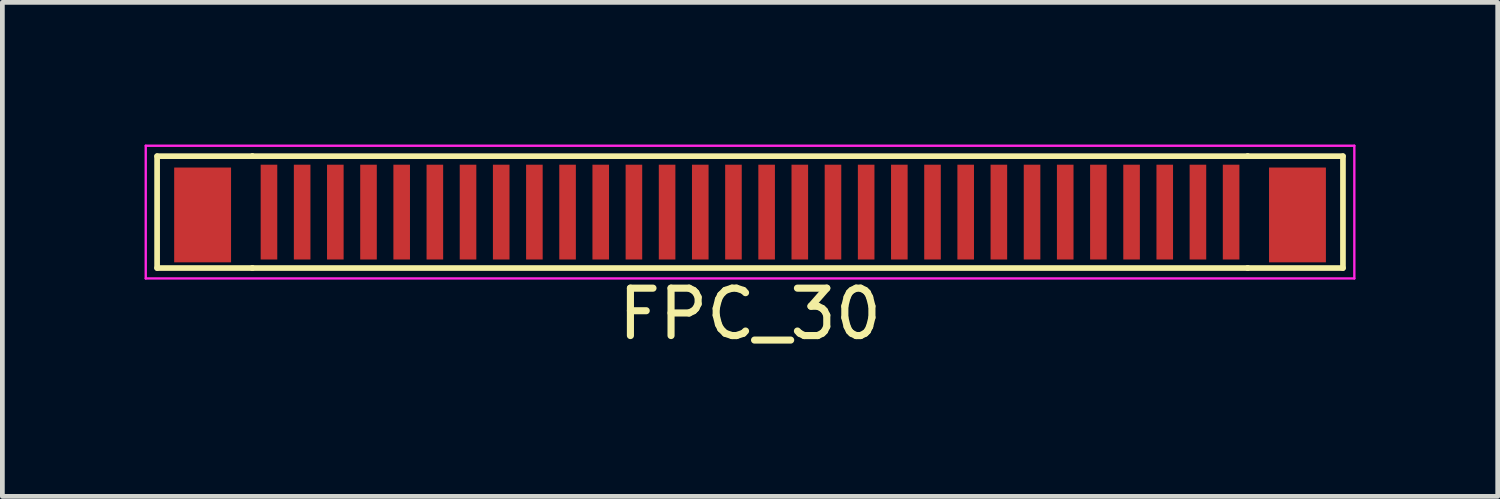
<source format=kicad_pcb>
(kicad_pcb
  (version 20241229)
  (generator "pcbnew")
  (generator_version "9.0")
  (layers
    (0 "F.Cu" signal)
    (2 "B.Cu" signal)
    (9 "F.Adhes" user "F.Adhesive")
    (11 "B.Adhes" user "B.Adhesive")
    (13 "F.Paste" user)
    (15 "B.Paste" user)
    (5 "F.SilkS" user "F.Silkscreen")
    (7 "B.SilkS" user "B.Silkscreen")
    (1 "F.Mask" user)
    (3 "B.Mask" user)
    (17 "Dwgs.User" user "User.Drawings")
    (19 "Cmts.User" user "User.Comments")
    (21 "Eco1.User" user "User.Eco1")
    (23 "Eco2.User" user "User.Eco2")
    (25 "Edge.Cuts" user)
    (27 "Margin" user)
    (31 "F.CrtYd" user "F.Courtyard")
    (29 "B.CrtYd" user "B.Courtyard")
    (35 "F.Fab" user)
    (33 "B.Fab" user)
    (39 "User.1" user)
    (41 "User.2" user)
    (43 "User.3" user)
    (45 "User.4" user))
  (footprint "FPC_30"
    (layer "F.Cu")
    (at 12.775 1.425)
    (property "Reference" "FPC_30" (at 0 2.15 0) (layer "F.SilkS") (effects (font (size 1 1) (thickness 0.15))))
    (attr smd)
    (fp_line (start -12.51 -1.18) (end -10.5 -1.18) (stroke (width 0.12) (type solid)) (layer "F.SilkS"))
    (fp_line (start -12.51 1.18) (end -12.51 -1.18) (stroke (width 0.12) (type solid)) (layer "F.SilkS"))
    (fp_line (start -10.5 -1.18) (end -10.5 -1.18) (stroke (width 0.12) (type solid)) (layer "F.SilkS"))
    (fp_line (start -10.5 -1.18) (end 10.5 -1.18) (stroke (width 0.12) (type solid)) (layer "F.SilkS"))
    (fp_line (start -10.5 1.18) (end -12.51 1.18) (stroke (width 0.12) (type solid)) (layer "F.SilkS"))
    (fp_line (start -10.5 1.18) (end -10.5 1.18) (stroke (width 0.12) (type solid)) (layer "F.SilkS"))
    (fp_line (start -10.5 1.18) (end 10.5 1.18) (stroke (width 0.12) (type solid)) (layer "F.SilkS"))
    (fp_line (start 10.5 -1.18) (end 10.5 -1.18) (stroke (width 0.12) (type solid)) (layer "F.SilkS"))
    (fp_line (start 10.5 1.18) (end 10.5 1.18) (stroke (width 0.12) (type solid)) (layer "F.SilkS"))
    (fp_line (start 10.5 1.18) (end 12.51 1.18) (stroke (width 0.12) (type solid)) (layer "F.SilkS"))
    (fp_line (start 12.51 -1.18) (end 10.5 -1.18) (stroke (width 0.12) (type solid)) (layer "F.SilkS"))
    (fp_line (start 12.51 1.18) (end 12.51 -1.18) (stroke (width 0.12) (type solid)) (layer "F.SilkS"))
    (fp_line (start -12.75 -1.4) (end -12.75 1.4) (stroke (width 0.05) (type solid)) (layer "F.CrtYd"))
    (fp_line (start -12.75 -1.4) (end 12.75 -1.4) (stroke (width 0.05) (type solid)) (layer "F.CrtYd"))
    (fp_line (start -12.75 1.4) (end 12.75 1.4) (stroke (width 0.05) (type solid)) (layer "F.CrtYd"))
    (fp_line (start 12.75 -1.4) (end 12.75 1.4) (stroke (width 0.05) (type solid)) (layer "F.CrtYd"))
    (pad "0" smd rect (at -11.55 0.06) (size 1.2 2) (layers "F.Cu" "F.Mask" "F.Paste"))
    (pad "0" smd rect (at 11.55 0.06) (size 1.2 2) (layers "F.Cu" "F.Mask" "F.Paste"))
    (pad "1" smd rect (at -10.15 0) (size 0.35 2) (layers "F.Cu" "F.Mask" "F.Paste"))
    (pad "2" smd rect (at -9.45 0) (size 0.35 2) (layers "F.Cu" "F.Mask" "F.Paste"))
    (pad "3" smd rect (at -8.75 0) (size 0.35 2) (layers "F.Cu" "F.Mask" "F.Paste"))
    (pad "4" smd rect (at -8.05 0) (size 0.35 2) (layers "F.Cu" "F.Mask" "F.Paste"))
    (pad "5" smd rect (at -7.35 0) (size 0.35 2) (layers "F.Cu" "F.Mask" "F.Paste"))
    (pad "6" smd rect (at -6.65 0) (size 0.35 2) (layers "F.Cu" "F.Mask" "F.Paste"))
    (pad "7" smd rect (at -5.95 0) (size 0.35 2) (layers "F.Cu" "F.Mask" "F.Paste"))
    (pad "8" smd rect (at -5.25 0) (size 0.35 2) (layers "F.Cu" "F.Mask" "F.Paste"))
    (pad "9" smd rect (at -4.55 0) (size 0.35 2) (layers "F.Cu" "F.Mask" "F.Paste"))
    (pad "10" smd rect (at -3.85 0) (size 0.35 2) (layers "F.Cu" "F.Mask" "F.Paste"))
    (pad "11" smd rect (at -3.15 0) (size 0.35 2) (layers "F.Cu" "F.Mask" "F.Paste"))
    (pad "12" smd rect (at -2.45 0) (size 0.35 2) (layers "F.Cu" "F.Mask" "F.Paste"))
    (pad "13" smd rect (at -1.75 0) (size 0.35 2) (layers "F.Cu" "F.Mask" "F.Paste"))
    (pad "14" smd rect (at -1.05 0) (size 0.35 2) (layers "F.Cu" "F.Mask" "F.Paste"))
    (pad "15" smd rect (at -0.35 0) (size 0.35 2) (layers "F.Cu" "F.Mask" "F.Paste"))
    (pad "16" smd rect (at 0.35 0) (size 0.35 2) (layers "F.Cu" "F.Mask" "F.Paste"))
    (pad "17" smd rect (at 1.05 0) (size 0.35 2) (layers "F.Cu" "F.Mask" "F.Paste"))
    (pad "18" smd rect (at 1.75 0) (size 0.35 2) (layers "F.Cu" "F.Mask" "F.Paste"))
    (pad "19" smd rect (at 2.45 0) (size 0.35 2) (layers "F.Cu" "F.Mask" "F.Paste"))
    (pad "20" smd rect (at 3.15 0) (size 0.35 2) (layers "F.Cu" "F.Mask" "F.Paste"))
    (pad "21" smd rect (at 3.85 0) (size 0.35 2) (layers "F.Cu" "F.Mask" "F.Paste"))
    (pad "22" smd rect (at 4.55 0) (size 0.35 2) (layers "F.Cu" "F.Mask" "F.Paste"))
    (pad "23" smd rect (at 5.25 0) (size 0.35 2) (layers "F.Cu" "F.Mask" "F.Paste"))
    (pad "24" smd rect (at 5.95 0) (size 0.35 2) (layers "F.Cu" "F.Mask" "F.Paste"))
    (pad "25" smd rect (at 6.65 0) (size 0.35 2) (layers "F.Cu" "F.Mask" "F.Paste"))
    (pad "26" smd rect (at 7.35 0) (size 0.35 2) (layers "F.Cu" "F.Mask" "F.Paste"))
    (pad "27" smd rect (at 8.05 0) (size 0.35 2) (layers "F.Cu" "F.Mask" "F.Paste"))
    (pad "28" smd rect (at 8.75 0) (size 0.35 2) (layers "F.Cu" "F.Mask" "F.Paste"))
    (pad "29" smd rect (at 9.45 0) (size 0.35 2) (layers "F.Cu" "F.Mask" "F.Paste"))
    (pad "30" smd rect (at 10.15 0) (size 0.35 2) (layers "F.Cu" "F.Mask" "F.Paste")))
  (gr_rect
    (start -3 -3)
    (end 28.55 7.423)
    (stroke (width 0.1) (type default))
    (fill no)
    (layer "Edge.Cuts")))
</source>
